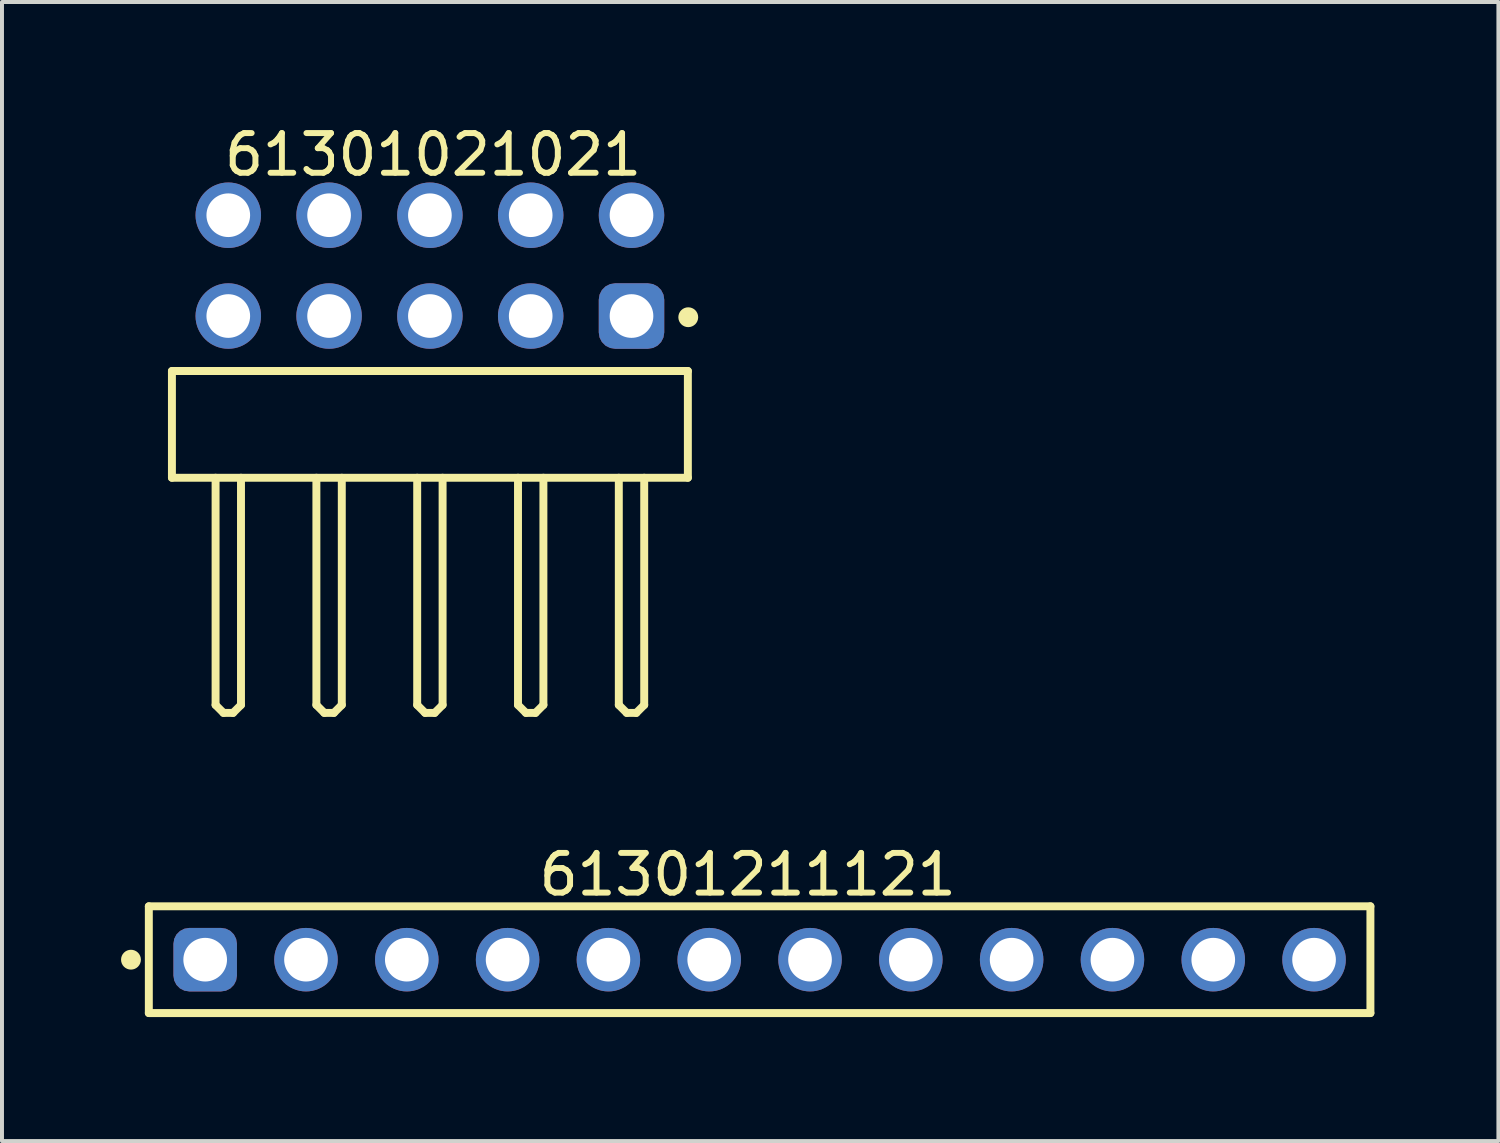
<source format=kicad_pcb>
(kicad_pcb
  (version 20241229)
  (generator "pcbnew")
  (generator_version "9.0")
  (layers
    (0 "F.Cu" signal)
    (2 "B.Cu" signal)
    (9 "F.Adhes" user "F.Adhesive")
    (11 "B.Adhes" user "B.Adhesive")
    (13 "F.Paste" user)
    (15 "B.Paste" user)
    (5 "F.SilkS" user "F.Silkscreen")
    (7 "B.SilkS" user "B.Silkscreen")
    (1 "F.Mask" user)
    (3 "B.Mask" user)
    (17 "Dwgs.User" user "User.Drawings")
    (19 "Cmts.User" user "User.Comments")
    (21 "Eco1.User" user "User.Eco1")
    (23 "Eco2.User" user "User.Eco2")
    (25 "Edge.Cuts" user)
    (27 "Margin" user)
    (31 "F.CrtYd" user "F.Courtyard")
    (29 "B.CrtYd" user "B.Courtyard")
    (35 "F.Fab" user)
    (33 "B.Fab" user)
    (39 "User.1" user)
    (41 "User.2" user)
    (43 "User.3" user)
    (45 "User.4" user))
  (footprint "61301021021"
    (layer "F.Cu")
    (at 7.782 7.643)
    (property "Reference" "61301021021" (at 0.08 -6.795 0) (layer "F.SilkS") (effects (font (size 1 1) (thickness 0.15))))
    (fp_line (start -6.5 -1.345) (end 6.5 -1.345) (stroke (width 0.2) (type solid)) (layer "F.SilkS"))
    (fp_line (start -6.5 1.345) (end -6.5 -1.345) (stroke (width 0.2) (type solid)) (layer "F.SilkS"))
    (fp_line (start -6.5 1.345) (end 6.5 1.345) (stroke (width 0.2) (type solid)) (layer "F.SilkS"))
    (fp_line (start -5.4 7.07) (end -5.4 1.345) (stroke (width 0.2) (type solid)) (layer "F.SilkS"))
    (fp_line (start -5.4 7.07) (end -5.2 7.27) (stroke (width 0.2) (type solid)) (layer "F.SilkS"))
    (fp_line (start -5.2 7.27) (end -4.96 7.27) (stroke (width 0.2) (type solid)) (layer "F.SilkS"))
    (fp_line (start -4.96 7.27) (end -4.76 7.07) (stroke (width 0.2) (type solid)) (layer "F.SilkS"))
    (fp_line (start -4.76 7.07) (end -4.76 1.345) (stroke (width 0.2) (type solid)) (layer "F.SilkS"))
    (fp_line (start -2.86 7.07) (end -2.86 1.345) (stroke (width 0.2) (type solid)) (layer "F.SilkS"))
    (fp_line (start -2.86 7.07) (end -2.66 7.27) (stroke (width 0.2) (type solid)) (layer "F.SilkS"))
    (fp_line (start -2.66 7.27) (end -2.42 7.27) (stroke (width 0.2) (type solid)) (layer "F.SilkS"))
    (fp_line (start -2.42 7.27) (end -2.22 7.07) (stroke (width 0.2) (type solid)) (layer "F.SilkS"))
    (fp_line (start -2.22 7.07) (end -2.22 1.345) (stroke (width 0.2) (type solid)) (layer "F.SilkS"))
    (fp_line (start -0.32 7.07) (end -0.32 1.345) (stroke (width 0.2) (type solid)) (layer "F.SilkS"))
    (fp_line (start -0.32 7.07) (end -0.12 7.27) (stroke (width 0.2) (type solid)) (layer "F.SilkS"))
    (fp_line (start -0.12 7.27) (end 0.12 7.27) (stroke (width 0.2) (type solid)) (layer "F.SilkS"))
    (fp_line (start 0.12 7.27) (end 0.32 7.07) (stroke (width 0.2) (type solid)) (layer "F.SilkS"))
    (fp_line (start 0.32 7.07) (end 0.32 1.345) (stroke (width 0.2) (type solid)) (layer "F.SilkS"))
    (fp_line (start 2.22 7.07) (end 2.22 1.345) (stroke (width 0.2) (type solid)) (layer "F.SilkS"))
    (fp_line (start 2.22 7.07) (end 2.42 7.27) (stroke (width 0.2) (type solid)) (layer "F.SilkS"))
    (fp_line (start 2.42 7.27) (end 2.66 7.27) (stroke (width 0.2) (type solid)) (layer "F.SilkS"))
    (fp_line (start 2.66 7.27) (end 2.86 7.07) (stroke (width 0.2) (type solid)) (layer "F.SilkS"))
    (fp_line (start 2.86 7.07) (end 2.86 1.345) (stroke (width 0.2) (type solid)) (layer "F.SilkS"))
    (fp_line (start 4.76 7.07) (end 4.76 1.345) (stroke (width 0.2) (type solid)) (layer "F.SilkS"))
    (fp_line (start 4.76 7.07) (end 4.96 7.27) (stroke (width 0.2) (type solid)) (layer "F.SilkS"))
    (fp_line (start 4.96 7.27) (end 5.2 7.27) (stroke (width 0.2) (type solid)) (layer "F.SilkS"))
    (fp_line (start 5.2 7.27) (end 5.4 7.07) (stroke (width 0.2) (type solid)) (layer "F.SilkS"))
    (fp_line (start 5.4 7.07) (end 5.4 1.345) (stroke (width 0.2) (type solid)) (layer "F.SilkS"))
    (fp_line (start 6.5 1.345) (end 6.5 -1.345) (stroke (width 0.2) (type solid)) (layer "F.SilkS"))
    (fp_circle (center 6.51 -2.7) (end 6.51 -2.825) (stroke (width 0.25) (type solid)) (fill no) (layer "F.SilkS"))
    (fp_line (start -6.7 -6.295) (end 6.7 -6.295) (stroke (width 0.05) (type solid)) (layer "Eco2.User"))
    (fp_line (start -6.7 7.47) (end -6.7 -6.295) (stroke (width 0.05) (type solid)) (layer "Eco2.User"))
    (fp_line (start -6.7 7.47) (end 6.7 7.47) (stroke (width 0.05) (type solid)) (layer "Eco2.User"))
    (fp_line (start -6.35 -1.27) (end 6.35 -1.27) (stroke (width 0.1) (type solid)) (layer "Eco2.User"))
    (fp_line (start -6.35 1.27) (end -6.35 -1.27) (stroke (width 0.1) (type solid)) (layer "Eco2.User"))
    (fp_line (start -6.35 1.27) (end 6.35 1.27) (stroke (width 0.1) (type solid)) (layer "Eco2.User"))
    (fp_line (start -5.4 -5.63) (end -4.76 -5.63) (stroke (width 0.1) (type solid)) (layer "Eco2.User"))
    (fp_line (start -5.4 -3.09) (end -4.76 -3.09) (stroke (width 0.1) (type solid)) (layer "Eco2.User"))
    (fp_line (start -5.4 -1.27) (end -5.4 -5.63) (stroke (width 0.1) (type solid)) (layer "Eco2.User"))
    (fp_line (start -5.4 7.07) (end -5.4 1.27) (stroke (width 0.1) (type solid)) (layer "Eco2.User"))
    (fp_line (start -5.4 7.07) (end -5.2 7.27) (stroke (width 0.1) (type solid)) (layer "Eco2.User"))
    (fp_line (start -5.2 7.27) (end -4.96 7.27) (stroke (width 0.1) (type solid)) (layer "Eco2.User"))
    (fp_line (start -4.96 7.27) (end -4.76 7.07) (stroke (width 0.1) (type solid)) (layer "Eco2.User"))
    (fp_line (start -4.76 -1.27) (end -4.76 -5.63) (stroke (width 0.1) (type solid)) (layer "Eco2.User"))
    (fp_line (start -4.76 7.07) (end -4.76 1.27) (stroke (width 0.1) (type solid)) (layer "Eco2.User"))
    (fp_line (start -2.86 -5.63) (end -2.22 -5.63) (stroke (width 0.1) (type solid)) (layer "Eco2.User"))
    (fp_line (start -2.86 -3.09) (end -2.22 -3.09) (stroke (width 0.1) (type solid)) (layer "Eco2.User"))
    (fp_line (start -2.86 -1.27) (end -2.86 -5.63) (stroke (width 0.1) (type solid)) (layer "Eco2.User"))
    (fp_line (start -2.86 7.07) (end -2.86 1.27) (stroke (width 0.1) (type solid)) (layer "Eco2.User"))
    (fp_line (start -2.86 7.07) (end -2.66 7.27) (stroke (width 0.1) (type solid)) (layer "Eco2.User"))
    (fp_line (start -2.66 7.27) (end -2.42 7.27) (stroke (width 0.1) (type solid)) (layer "Eco2.User"))
    (fp_line (start -2.42 7.27) (end -2.22 7.07) (stroke (width 0.1) (type solid)) (layer "Eco2.User"))
    (fp_line (start -2.22 -1.27) (end -2.22 -5.63) (stroke (width 0.1) (type solid)) (layer "Eco2.User"))
    (fp_line (start -2.22 7.07) (end -2.22 1.27) (stroke (width 0.1) (type solid)) (layer "Eco2.User"))
    (fp_line (start -0.5 0) (end 0.5 0) (stroke (width 0.05) (type solid)) (layer "Eco2.User"))
    (fp_line (start -0.32 -5.63) (end 0.32 -5.63) (stroke (width 0.1) (type solid)) (layer "Eco2.User"))
    (fp_line (start -0.32 -3.09) (end 0.32 -3.09) (stroke (width 0.1) (type solid)) (layer "Eco2.User"))
    (fp_line (start -0.32 -1.27) (end -0.32 -5.63) (stroke (width 0.1) (type solid)) (layer "Eco2.User"))
    (fp_line (start -0.32 7.07) (end -0.32 1.27) (stroke (width 0.1) (type solid)) (layer "Eco2.User"))
    (fp_line (start -0.32 7.07) (end -0.12 7.27) (stroke (width 0.1) (type solid)) (layer "Eco2.User"))
    (fp_line (start -0.12 7.27) (end 0.12 7.27) (stroke (width 0.1) (type solid)) (layer "Eco2.User"))
    (fp_line (start 0 0.5) (end 0 -0.5) (stroke (width 0.05) (type solid)) (layer "Eco2.User"))
    (fp_line (start 0.12 7.27) (end 0.32 7.07) (stroke (width 0.1) (type solid)) (layer "Eco2.User"))
    (fp_line (start 0.32 -1.27) (end 0.32 -5.63) (stroke (width 0.1) (type solid)) (layer "Eco2.User"))
    (fp_line (start 0.32 7.07) (end 0.32 1.27) (stroke (width 0.1) (type solid)) (layer "Eco2.User"))
    (fp_line (start 2.22 -5.63) (end 2.86 -5.63) (stroke (width 0.1) (type solid)) (layer "Eco2.User"))
    (fp_line (start 2.22 -3.09) (end 2.86 -3.09) (stroke (width 0.1) (type solid)) (layer "Eco2.User"))
    (fp_line (start 2.22 -1.27) (end 2.22 -5.63) (stroke (width 0.1) (type solid)) (layer "Eco2.User"))
    (fp_line (start 2.22 7.07) (end 2.22 1.27) (stroke (width 0.1) (type solid)) (layer "Eco2.User"))
    (fp_line (start 2.22 7.07) (end 2.42 7.27) (stroke (width 0.1) (type solid)) (layer "Eco2.User"))
    (fp_line (start 2.42 7.27) (end 2.66 7.27) (stroke (width 0.1) (type solid)) (layer "Eco2.User"))
    (fp_line (start 2.66 7.27) (end 2.86 7.07) (stroke (width 0.1) (type solid)) (layer "Eco2.User"))
    (fp_line (start 2.86 -1.27) (end 2.86 -5.63) (stroke (width 0.1) (type solid)) (layer "Eco2.User"))
    (fp_line (start 2.86 7.07) (end 2.86 1.27) (stroke (width 0.1) (type solid)) (layer "Eco2.User"))
    (fp_line (start 4.76 -5.63) (end 5.4 -5.63) (stroke (width 0.1) (type solid)) (layer "Eco2.User"))
    (fp_line (start 4.76 -3.09) (end 5.4 -3.09) (stroke (width 0.1) (type solid)) (layer "Eco2.User"))
    (fp_line (start 4.76 -1.27) (end 4.76 -5.63) (stroke (width 0.1) (type solid)) (layer "Eco2.User"))
    (fp_line (start 4.76 7.07) (end 4.76 1.27) (stroke (width 0.1) (type solid)) (layer "Eco2.User"))
    (fp_line (start 4.76 7.07) (end 4.96 7.27) (stroke (width 0.1) (type solid)) (layer "Eco2.User"))
    (fp_line (start 4.96 7.27) (end 5.2 7.27) (stroke (width 0.1) (type solid)) (layer "Eco2.User"))
    (fp_line (start 5.2 7.27) (end 5.4 7.07) (stroke (width 0.1) (type solid)) (layer "Eco2.User"))
    (fp_line (start 5.4 -1.27) (end 5.4 -5.63) (stroke (width 0.1) (type solid)) (layer "Eco2.User"))
    (fp_line (start 5.4 7.07) (end 5.4 1.27) (stroke (width 0.1) (type solid)) (layer "Eco2.User"))
    (fp_line (start 6.35 1.27) (end 6.35 -1.27) (stroke (width 0.1) (type solid)) (layer "Eco2.User"))
    (fp_line (start 6.7 7.47) (end 6.7 -6.295) (stroke (width 0.05) (type solid)) (layer "Eco2.User"))
    (fp_text user "${REFERENCE}" (at 0.15 -0.197 0) (unlocked yes) (layer "User.3") (effects (font (size 1.5 1.5) (thickness 0.15))))
    (pad "1" thru_hole roundrect (at 5.08 -2.73) (size 1.65 1.65) (drill 1.1) (layers "*.Cu" "*.Mask") (roundrect_rratio 0.25))
    (pad "2" thru_hole circle (at 5.08 -5.27) (size 1.65 1.65) (drill 1.1) (layers "*.Cu" "*.Mask"))
    (pad "3" thru_hole circle (at 2.54 -2.73) (size 1.65 1.65) (drill 1.1) (layers "*.Cu" "*.Mask"))
    (pad "4" thru_hole circle (at 2.54 -5.27) (size 1.65 1.65) (drill 1.1) (layers "*.Cu" "*.Mask"))
    (pad "5" thru_hole circle (at 0 -2.73) (size 1.65 1.65) (drill 1.1) (layers "*.Cu" "*.Mask"))
    (pad "6" thru_hole circle (at 0 -5.27) (size 1.65 1.65) (drill 1.1) (layers "*.Cu" "*.Mask"))
    (pad "7" thru_hole circle (at -2.54 -2.73) (size 1.65 1.65) (drill 1.1) (layers "*.Cu" "*.Mask"))
    (pad "8" thru_hole circle (at -2.54 -5.27) (size 1.65 1.65) (drill 1.1) (layers "*.Cu" "*.Mask"))
    (pad "9" thru_hole circle (at -5.08 -2.73) (size 1.65 1.65) (drill 1.1) (layers "*.Cu" "*.Mask"))
    (pad "10" thru_hole circle (at -5.08 -5.27) (size 1.65 1.65) (drill 1.1) (layers "*.Cu" "*.Mask")))
  (footprint "61301211121"
    (layer "F.Cu")
    (at 16.09 21.131)
    (property "Reference" "61301211121" (at -0.3 -2.145 0) (layer "F.SilkS") (effects (font (size 1 1) (thickness 0.15))))
    (fp_line (start -15.39 -1.345) (end 15.39 -1.345) (stroke (width 0.2) (type solid)) (layer "F.SilkS"))
    (fp_line (start -15.39 1.345) (end -15.39 -1.345) (stroke (width 0.2) (type solid)) (layer "F.SilkS"))
    (fp_line (start -15.39 1.345) (end 15.39 1.345) (stroke (width 0.2) (type solid)) (layer "F.SilkS"))
    (fp_line (start 15.39 1.345) (end 15.39 -1.345) (stroke (width 0.2) (type solid)) (layer "F.SilkS"))
    (fp_circle (center -15.84 0) (end -15.84 -0.125) (stroke (width 0.25) (type solid)) (fill no) (layer "F.SilkS"))
    (fp_line (start -15.59 -1.545) (end 15.59 -1.545) (stroke (width 0.05) (type solid)) (layer "Eco2.User"))
    (fp_line (start -15.59 1.545) (end -15.59 -1.545) (stroke (width 0.05) (type solid)) (layer "Eco2.User"))
    (fp_line (start -15.59 1.545) (end 15.59 1.545) (stroke (width 0.05) (type solid)) (layer "Eco2.User"))
    (fp_line (start -15.24 -1.27) (end 15.24 -1.27) (stroke (width 0.1) (type solid)) (layer "Eco2.User"))
    (fp_line (start -15.24 1.27) (end -15.24 -1.27) (stroke (width 0.1) (type solid)) (layer "Eco2.User"))
    (fp_line (start -15.24 1.27) (end 15.24 1.27) (stroke (width 0.1) (type solid)) (layer "Eco2.User"))
    (fp_line (start -0.5 0) (end 0.5 0) (stroke (width 0.05) (type solid)) (layer "Eco2.User"))
    (fp_line (start 0 0.5) (end 0 -0.5) (stroke (width 0.05) (type solid)) (layer "Eco2.User"))
    (fp_line (start 15.24 1.27) (end 15.24 -1.27) (stroke (width 0.1) (type solid)) (layer "Eco2.User"))
    (fp_line (start 15.59 1.545) (end 15.59 -1.545) (stroke (width 0.05) (type solid)) (layer "Eco2.User"))
    (fp_text user "${REFERENCE}" (at 0.15 -0.197 0) (unlocked yes) (layer "User.3") (effects (font (size 1.5 1.5) (thickness 0.15))))
    (pad "1" thru_hole roundrect (at -13.97 0) (size 1.6 1.6) (drill 1.1) (layers "*.Cu" "*.Mask") (roundrect_rratio 0.25))
    (pad "2" thru_hole circle (at -11.43 0) (size 1.6 1.6) (drill 1.1) (layers "*.Cu" "*.Mask"))
    (pad "3" thru_hole circle (at -8.89 0) (size 1.6 1.6) (drill 1.1) (layers "*.Cu" "*.Mask"))
    (pad "4" thru_hole circle (at -6.35 0) (size 1.6 1.6) (drill 1.1) (layers "*.Cu" "*.Mask"))
    (pad "5" thru_hole circle (at -3.81 0) (size 1.6 1.6) (drill 1.1) (layers "*.Cu" "*.Mask"))
    (pad "6" thru_hole circle (at -1.27 0) (size 1.6 1.6) (drill 1.1) (layers "*.Cu" "*.Mask"))
    (pad "7" thru_hole circle (at 1.27 0) (size 1.6 1.6) (drill 1.1) (layers "*.Cu" "*.Mask"))
    (pad "8" thru_hole circle (at 3.81 0) (size 1.6 1.6) (drill 1.1) (layers "*.Cu" "*.Mask"))
    (pad "9" thru_hole circle (at 6.35 0) (size 1.6 1.6) (drill 1.1) (layers "*.Cu" "*.Mask"))
    (pad "10" thru_hole circle (at 8.89 0) (size 1.6 1.6) (drill 1.1) (layers "*.Cu" "*.Mask"))
    (pad "11" thru_hole circle (at 11.43 0) (size 1.6 1.6) (drill 1.1) (layers "*.Cu" "*.Mask"))
    (pad "12" thru_hole circle (at 13.97 0) (size 1.6 1.6) (drill 1.1) (layers "*.Cu" "*.Mask")))
  (gr_rect
    (start -3 -3)
    (end 34.705 25.701)
    (stroke (width 0.1) (type default))
    (fill no)
    (layer "Edge.Cuts")))
</source>
